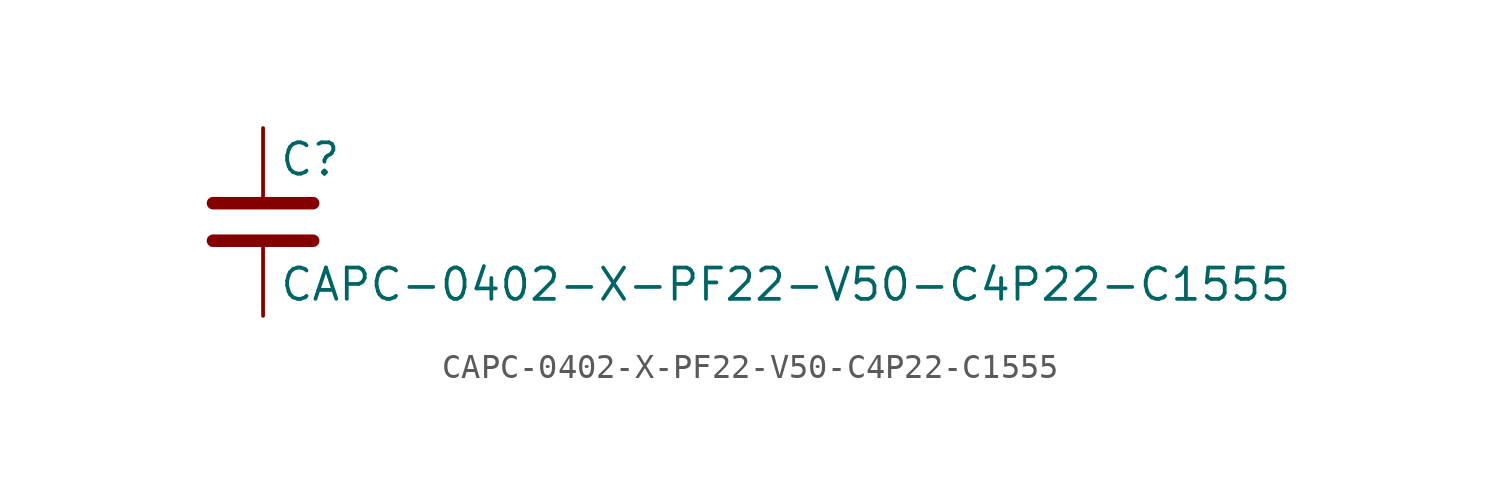
<source format=kicad_sym>
(kicad_symbol_lib
  (version 20211014)
  (generator kicad_symbol_editor)
  (symbol "CAPC-0402-X-PF22-V50-C4P22-C1555"
    (pin_numbers hide)
    (pin_names
      (offset 0.254))
    (property "Reference" "C"
      (at 0.635 2.54 0)
      (effects (font (size 1.27 1.27)) (justify left)))
    (property "Value" "CAPC-0402-X-PF22-V50-C4P22-C1555"
      (at 0.635 -2.54 0)
      (effects (font (size 1.27 1.27)) (justify left)))
    (symbol "CAPC-0402-X-PF22-V50-C4P22-C1555_0_1"
      (polyline (pts (xy -2.032 -0.762) (xy 2.032 -0.762)) (stroke (width 0.508) (type default) (color 0 0 0 0)) (fill (type none)))
      (polyline (pts (xy -2.032 0.762) (xy 2.032 0.762)) (stroke (width 0.508) (type default) (color 0 0 0 0)) (fill (type none))))
    (symbol "CAPC-0402-X-PF22-V50-C4P22-C1555_1_1"
      (pin passive line (at 0 3.81 270) (length 2.794) (name "~" (effects (font (size 1.27 1.27)))) (number "1" (effects (font (size 1.27 1.27)))))
      (pin passive line (at 0 -3.81 90) (length 2.794) (name "~" (effects (font (size 1.27 1.27)))) (number "2" (effects (font (size 1.27 1.27))))))))
</source>
